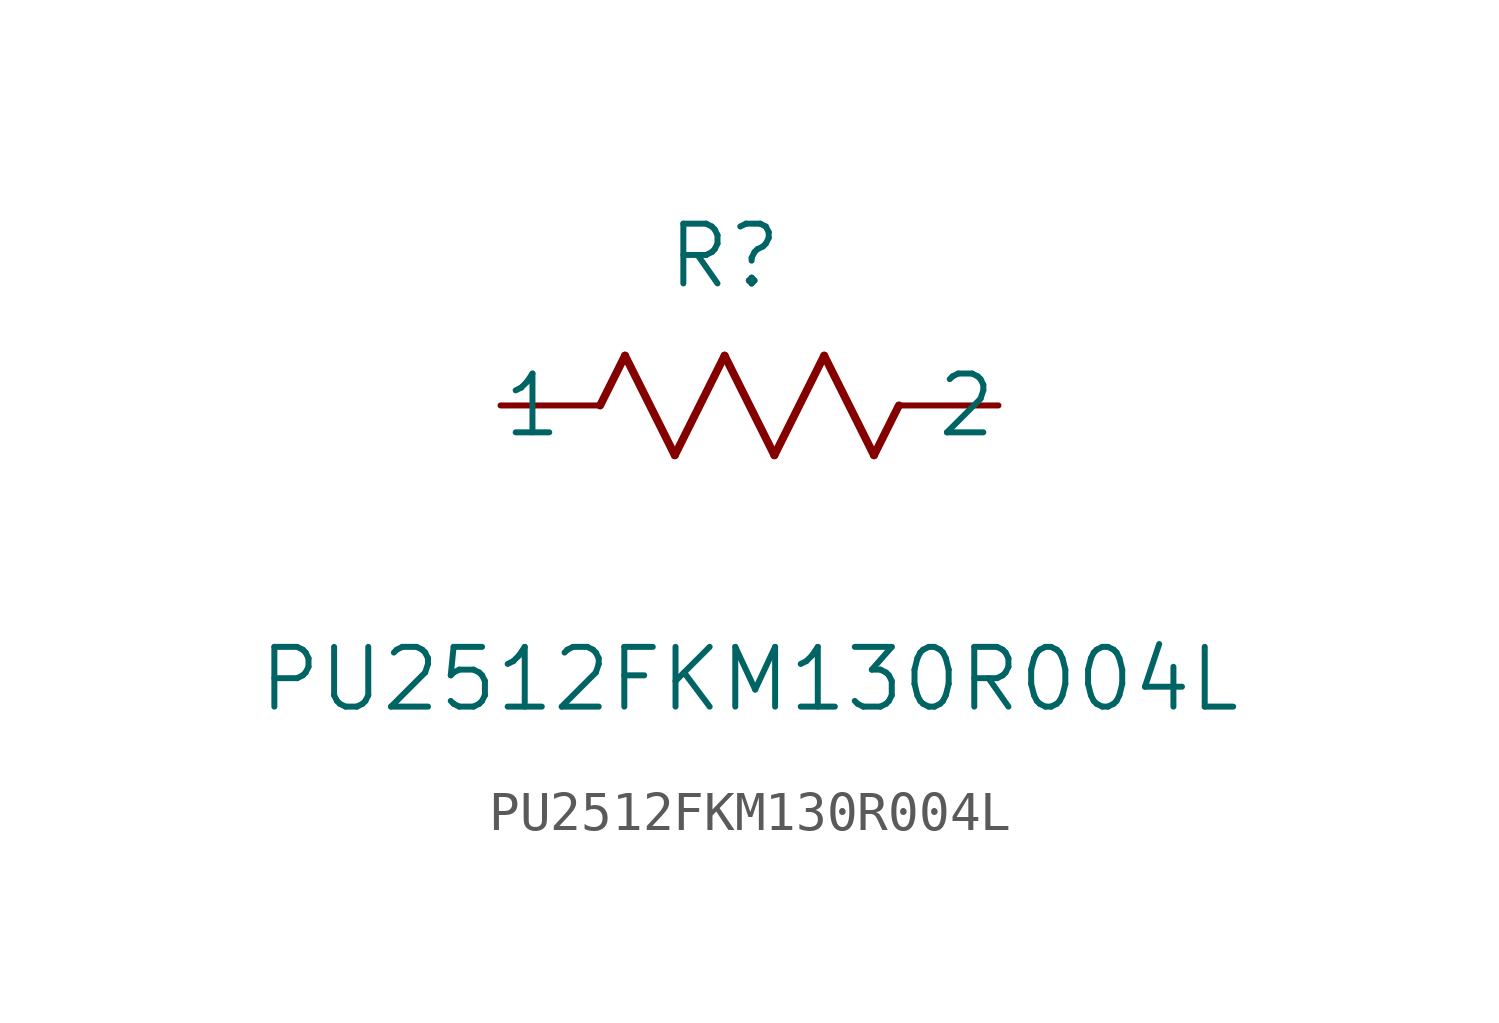
<source format=kicad_sym>
(kicad_symbol_lib
  (version 20220914)
  (generator kicad_symbol_editor)
  (symbol "PU2512FKM130R004L"
    (pin_numbers hide)
    (pin_names
      (offset -2.54))
    (property "Reference" "R"
      (at 5.715 3.81 0)
      (effects (font (size 1.524 1.524))))
    (property "Value" "PU2512FKM130R004L"
      (at 6.35 -6.985 0)
      (effects (font (size 1.524 1.524))))
    (property "Datasheet" ""
      (at 0 0 0)
      (effects (font (size 1.524 1.524))))
    (property "ki_locked" ""
      (at 0 0 0)
      (effects (font (size 1.27 1.27))))
    (symbol "PU2512FKM130R004L_1_1"
      (polyline (pts (xy 2.54 0) (xy 3.175 1.27)) (stroke (width 0.203) (type solid)) (fill (type none)))
      (polyline (pts (xy 3.175 1.27) (xy 4.445 -1.27)) (stroke (width 0.203) (type solid)) (fill (type none)))
      (polyline (pts (xy 4.445 -1.27) (xy 5.715 1.27)) (stroke (width 0.203) (type solid)) (fill (type none)))
      (polyline (pts (xy 5.715 1.27) (xy 6.985 -1.27)) (stroke (width 0.203) (type solid)) (fill (type none)))
      (polyline (pts (xy 6.985 -1.27) (xy 8.255 1.27)) (stroke (width 0.203) (type solid)) (fill (type none)))
      (polyline (pts (xy 8.255 1.27) (xy 9.525 -1.27)) (stroke (width 0.203) (type solid)) (fill (type none)))
      (polyline (pts (xy 9.525 -1.27) (xy 10.16 0)) (stroke (width 0.203) (type solid)) (fill (type none)))
      (pin unspecified line (at 0 0 0) (length 2.54) (name "1" (effects (font (size 1.499 1.499)))) (number "1" (effects (font (size 1.499 1.499)))))
      (pin unspecified line (at 12.7 0 180) (length 2.54) (name "2" (effects (font (size 1.499 1.499)))) (number "2" (effects (font (size 1.499 1.499))))))))
</source>
